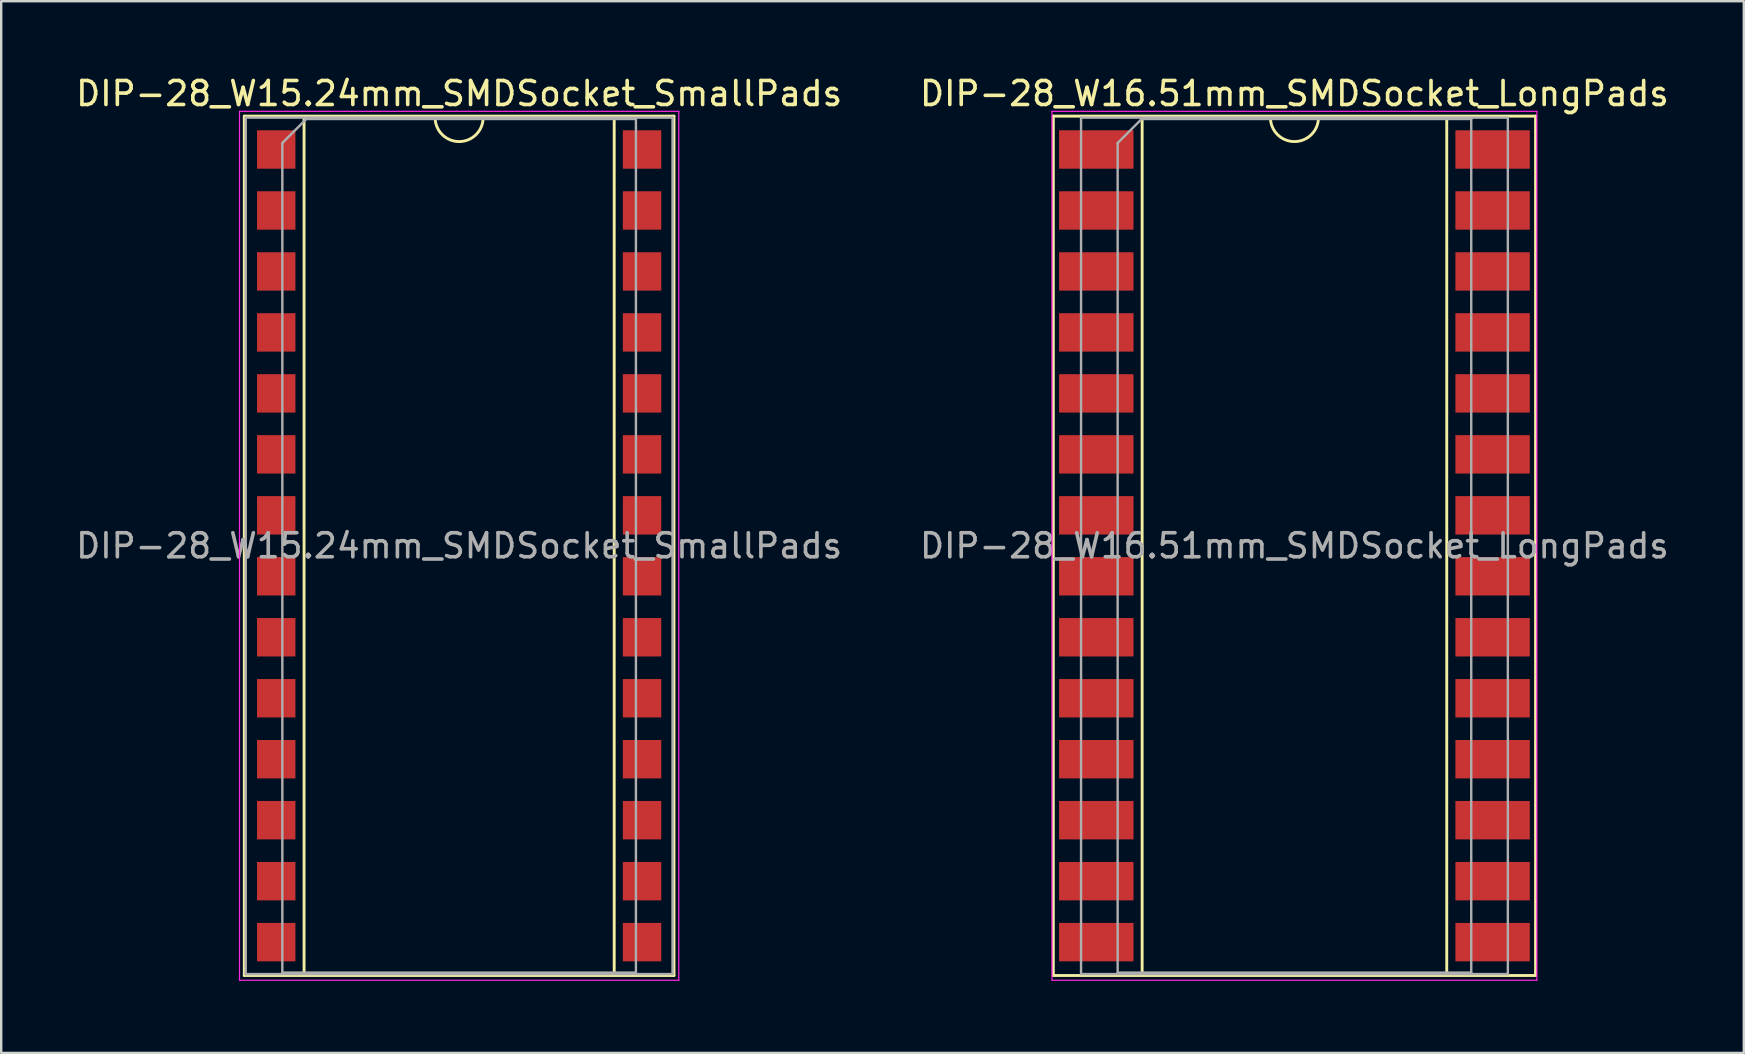
<source format=kicad_pcb>
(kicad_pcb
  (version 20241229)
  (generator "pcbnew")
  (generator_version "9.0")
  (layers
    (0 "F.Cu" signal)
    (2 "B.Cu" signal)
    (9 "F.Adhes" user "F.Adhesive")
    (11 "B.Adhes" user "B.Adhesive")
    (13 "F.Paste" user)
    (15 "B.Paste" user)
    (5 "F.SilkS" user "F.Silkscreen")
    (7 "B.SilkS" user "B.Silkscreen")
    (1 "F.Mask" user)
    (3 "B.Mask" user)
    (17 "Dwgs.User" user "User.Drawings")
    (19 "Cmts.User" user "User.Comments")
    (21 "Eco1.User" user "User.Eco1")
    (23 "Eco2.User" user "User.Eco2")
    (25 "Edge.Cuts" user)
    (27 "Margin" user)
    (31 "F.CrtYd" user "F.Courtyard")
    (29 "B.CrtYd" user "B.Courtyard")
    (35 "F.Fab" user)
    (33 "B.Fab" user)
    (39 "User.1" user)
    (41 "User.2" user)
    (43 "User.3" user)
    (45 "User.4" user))
  (footprint "DIP-28_W16.51mm_SMDSocket_LongPads"
    (layer "F.Cu")
    (at 50.875 19.688)
    (property "Reference" "DIP-28_W16.51mm_SMDSocket_LongPads" (at 0 -18.84 0) (layer "F.SilkS") (effects (font (size 1 1) (thickness 0.15))))
    (attr smd)
    (fp_line (start -10.045 -17.9) (end -10.045 17.9) (stroke (width 0.12) (type solid)) (layer "F.SilkS"))
    (fp_line (start -10.045 17.9) (end 10.045 17.9) (stroke (width 0.12) (type solid)) (layer "F.SilkS"))
    (fp_line (start -6.345 -17.84) (end -6.345 17.84) (stroke (width 0.12) (type solid)) (layer "F.SilkS"))
    (fp_line (start -6.345 17.84) (end 6.345 17.84) (stroke (width 0.12) (type solid)) (layer "F.SilkS"))
    (fp_line (start -1 -17.84) (end -6.345 -17.84) (stroke (width 0.12) (type solid)) (layer "F.SilkS"))
    (fp_line (start 6.345 -17.84) (end 1 -17.84) (stroke (width 0.12) (type solid)) (layer "F.SilkS"))
    (fp_line (start 6.345 17.84) (end 6.345 -17.84) (stroke (width 0.12) (type solid)) (layer "F.SilkS"))
    (fp_line (start 10.045 -17.9) (end -10.045 -17.9) (stroke (width 0.12) (type solid)) (layer "F.SilkS"))
    (fp_line (start 10.045 17.9) (end 10.045 -17.9) (stroke (width 0.12) (type solid)) (layer "F.SilkS"))
    (fp_arc (start 1 -17.84) (mid 0 -16.84) (end -1 -17.84) (stroke (width 0.12) (type solid)) (layer "F.SilkS"))
    (fp_line (start -10.1 -18.1) (end -10.1 18.1) (stroke (width 0.05) (type solid)) (layer "F.CrtYd"))
    (fp_line (start -10.1 18.1) (end 10.1 18.1) (stroke (width 0.05) (type solid)) (layer "F.CrtYd"))
    (fp_line (start 10.1 -18.1) (end -10.1 -18.1) (stroke (width 0.05) (type solid)) (layer "F.CrtYd"))
    (fp_line (start 10.1 18.1) (end 10.1 -18.1) (stroke (width 0.05) (type solid)) (layer "F.CrtYd"))
    (fp_line (start -8.89 -17.84) (end -8.89 17.84) (stroke (width 0.1) (type solid)) (layer "F.Fab"))
    (fp_line (start -8.89 17.84) (end 8.89 17.84) (stroke (width 0.1) (type solid)) (layer "F.Fab"))
    (fp_line (start -7.365 -16.78) (end -6.365 -17.78) (stroke (width 0.1) (type solid)) (layer "F.Fab"))
    (fp_line (start -7.365 17.78) (end -7.365 -16.78) (stroke (width 0.1) (type solid)) (layer "F.Fab"))
    (fp_line (start -6.365 -17.78) (end 7.365 -17.78) (stroke (width 0.1) (type solid)) (layer "F.Fab"))
    (fp_line (start 7.365 -17.78) (end 7.365 17.78) (stroke (width 0.1) (type solid)) (layer "F.Fab"))
    (fp_line (start 7.365 17.78) (end -7.365 17.78) (stroke (width 0.1) (type solid)) (layer "F.Fab"))
    (fp_line (start 8.89 -17.84) (end -8.89 -17.84) (stroke (width 0.1) (type solid)) (layer "F.Fab"))
    (fp_line (start 8.89 17.84) (end 8.89 -17.84) (stroke (width 0.1) (type solid)) (layer "F.Fab"))
    (fp_text user "${REFERENCE}" (at 0 0 0) (layer "F.Fab") (effects (font (size 1 1) (thickness 0.15))))
    (pad "1" smd rect (at -8.255 -16.51) (size 3.1 1.6) (layers "F.Cu" "F.Mask" "F.Paste"))
    (pad "2" smd rect (at -8.255 -13.97) (size 3.1 1.6) (layers "F.Cu" "F.Mask" "F.Paste"))
    (pad "3" smd rect (at -8.255 -11.43) (size 3.1 1.6) (layers "F.Cu" "F.Mask" "F.Paste"))
    (pad "4" smd rect (at -8.255 -8.89) (size 3.1 1.6) (layers "F.Cu" "F.Mask" "F.Paste"))
    (pad "5" smd rect (at -8.255 -6.35) (size 3.1 1.6) (layers "F.Cu" "F.Mask" "F.Paste"))
    (pad "6" smd rect (at -8.255 -3.81) (size 3.1 1.6) (layers "F.Cu" "F.Mask" "F.Paste"))
    (pad "7" smd rect (at -8.255 -1.27) (size 3.1 1.6) (layers "F.Cu" "F.Mask" "F.Paste"))
    (pad "8" smd rect (at -8.255 1.27) (size 3.1 1.6) (layers "F.Cu" "F.Mask" "F.Paste"))
    (pad "9" smd rect (at -8.255 3.81) (size 3.1 1.6) (layers "F.Cu" "F.Mask" "F.Paste"))
    (pad "10" smd rect (at -8.255 6.35) (size 3.1 1.6) (layers "F.Cu" "F.Mask" "F.Paste"))
    (pad "11" smd rect (at -8.255 8.89) (size 3.1 1.6) (layers "F.Cu" "F.Mask" "F.Paste"))
    (pad "12" smd rect (at -8.255 11.43) (size 3.1 1.6) (layers "F.Cu" "F.Mask" "F.Paste"))
    (pad "13" smd rect (at -8.255 13.97) (size 3.1 1.6) (layers "F.Cu" "F.Mask" "F.Paste"))
    (pad "14" smd rect (at -8.255 16.51) (size 3.1 1.6) (layers "F.Cu" "F.Mask" "F.Paste"))
    (pad "15" smd rect (at 8.255 16.51) (size 3.1 1.6) (layers "F.Cu" "F.Mask" "F.Paste"))
    (pad "16" smd rect (at 8.255 13.97) (size 3.1 1.6) (layers "F.Cu" "F.Mask" "F.Paste"))
    (pad "17" smd rect (at 8.255 11.43) (size 3.1 1.6) (layers "F.Cu" "F.Mask" "F.Paste"))
    (pad "18" smd rect (at 8.255 8.89) (size 3.1 1.6) (layers "F.Cu" "F.Mask" "F.Paste"))
    (pad "19" smd rect (at 8.255 6.35) (size 3.1 1.6) (layers "F.Cu" "F.Mask" "F.Paste"))
    (pad "20" smd rect (at 8.255 3.81) (size 3.1 1.6) (layers "F.Cu" "F.Mask" "F.Paste"))
    (pad "21" smd rect (at 8.255 1.27) (size 3.1 1.6) (layers "F.Cu" "F.Mask" "F.Paste"))
    (pad "22" smd rect (at 8.255 -1.27) (size 3.1 1.6) (layers "F.Cu" "F.Mask" "F.Paste"))
    (pad "23" smd rect (at 8.255 -3.81) (size 3.1 1.6) (layers "F.Cu" "F.Mask" "F.Paste"))
    (pad "24" smd rect (at 8.255 -6.35) (size 3.1 1.6) (layers "F.Cu" "F.Mask" "F.Paste"))
    (pad "25" smd rect (at 8.255 -8.89) (size 3.1 1.6) (layers "F.Cu" "F.Mask" "F.Paste"))
    (pad "26" smd rect (at 8.255 -11.43) (size 3.1 1.6) (layers "F.Cu" "F.Mask" "F.Paste"))
    (pad "27" smd rect (at 8.255 -13.97) (size 3.1 1.6) (layers "F.Cu" "F.Mask" "F.Paste"))
    (pad "28" smd rect (at 8.255 -16.51) (size 3.1 1.6) (layers "F.Cu" "F.Mask" "F.Paste")))
  (footprint "DIP-28_W15.24mm_SMDSocket_SmallPads"
    (layer "F.Cu")
    (at 16.077 19.688)
    (property "Reference" "DIP-28_W15.24mm_SMDSocket_SmallPads" (at 0 -18.84 0) (layer "F.SilkS") (effects (font (size 1 1) (thickness 0.15))))
    (attr smd)
    (fp_line (start -8.95 -17.9) (end -8.95 17.9) (stroke (width 0.12) (type solid)) (layer "F.SilkS"))
    (fp_line (start -8.95 17.9) (end 8.95 17.9) (stroke (width 0.12) (type solid)) (layer "F.SilkS"))
    (fp_line (start -6.46 -17.84) (end -6.46 17.84) (stroke (width 0.12) (type solid)) (layer "F.SilkS"))
    (fp_line (start -6.46 17.84) (end 6.46 17.84) (stroke (width 0.12) (type solid)) (layer "F.SilkS"))
    (fp_line (start -1 -17.84) (end -6.46 -17.84) (stroke (width 0.12) (type solid)) (layer "F.SilkS"))
    (fp_line (start 6.46 -17.84) (end 1 -17.84) (stroke (width 0.12) (type solid)) (layer "F.SilkS"))
    (fp_line (start 6.46 17.84) (end 6.46 -17.84) (stroke (width 0.12) (type solid)) (layer "F.SilkS"))
    (fp_line (start 8.95 -17.9) (end -8.95 -17.9) (stroke (width 0.12) (type solid)) (layer "F.SilkS"))
    (fp_line (start 8.95 17.9) (end 8.95 -17.9) (stroke (width 0.12) (type solid)) (layer "F.SilkS"))
    (fp_arc (start 1 -17.84) (mid 0 -16.84) (end -1 -17.84) (stroke (width 0.12) (type solid)) (layer "F.SilkS"))
    (fp_line (start -9.15 -18.1) (end -9.15 18.1) (stroke (width 0.05) (type solid)) (layer "F.CrtYd"))
    (fp_line (start -9.15 18.1) (end 9.15 18.1) (stroke (width 0.05) (type solid)) (layer "F.CrtYd"))
    (fp_line (start 9.15 -18.1) (end -9.15 -18.1) (stroke (width 0.05) (type solid)) (layer "F.CrtYd"))
    (fp_line (start 9.15 18.1) (end 9.15 -18.1) (stroke (width 0.05) (type solid)) (layer "F.CrtYd"))
    (fp_line (start -8.89 -17.84) (end -8.89 17.84) (stroke (width 0.1) (type solid)) (layer "F.Fab"))
    (fp_line (start -8.89 17.84) (end 8.89 17.84) (stroke (width 0.1) (type solid)) (layer "F.Fab"))
    (fp_line (start -7.365 -16.78) (end -6.365 -17.78) (stroke (width 0.1) (type solid)) (layer "F.Fab"))
    (fp_line (start -7.365 17.78) (end -7.365 -16.78) (stroke (width 0.1) (type solid)) (layer "F.Fab"))
    (fp_line (start -6.365 -17.78) (end 7.365 -17.78) (stroke (width 0.1) (type solid)) (layer "F.Fab"))
    (fp_line (start 7.365 -17.78) (end 7.365 17.78) (stroke (width 0.1) (type solid)) (layer "F.Fab"))
    (fp_line (start 7.365 17.78) (end -7.365 17.78) (stroke (width 0.1) (type solid)) (layer "F.Fab"))
    (fp_line (start 8.89 -17.84) (end -8.89 -17.84) (stroke (width 0.1) (type solid)) (layer "F.Fab"))
    (fp_line (start 8.89 17.84) (end 8.89 -17.84) (stroke (width 0.1) (type solid)) (layer "F.Fab"))
    (fp_text user "${REFERENCE}" (at 0 0 0) (layer "F.Fab") (effects (font (size 1 1) (thickness 0.15))))
    (pad "1" smd rect (at -7.62 -16.51) (size 1.6 1.6) (layers "F.Cu" "F.Mask" "F.Paste"))
    (pad "2" smd rect (at -7.62 -13.97) (size 1.6 1.6) (layers "F.Cu" "F.Mask" "F.Paste"))
    (pad "3" smd rect (at -7.62 -11.43) (size 1.6 1.6) (layers "F.Cu" "F.Mask" "F.Paste"))
    (pad "4" smd rect (at -7.62 -8.89) (size 1.6 1.6) (layers "F.Cu" "F.Mask" "F.Paste"))
    (pad "5" smd rect (at -7.62 -6.35) (size 1.6 1.6) (layers "F.Cu" "F.Mask" "F.Paste"))
    (pad "6" smd rect (at -7.62 -3.81) (size 1.6 1.6) (layers "F.Cu" "F.Mask" "F.Paste"))
    (pad "7" smd rect (at -7.62 -1.27) (size 1.6 1.6) (layers "F.Cu" "F.Mask" "F.Paste"))
    (pad "8" smd rect (at -7.62 1.27) (size 1.6 1.6) (layers "F.Cu" "F.Mask" "F.Paste"))
    (pad "9" smd rect (at -7.62 3.81) (size 1.6 1.6) (layers "F.Cu" "F.Mask" "F.Paste"))
    (pad "10" smd rect (at -7.62 6.35) (size 1.6 1.6) (layers "F.Cu" "F.Mask" "F.Paste"))
    (pad "11" smd rect (at -7.62 8.89) (size 1.6 1.6) (layers "F.Cu" "F.Mask" "F.Paste"))
    (pad "12" smd rect (at -7.62 11.43) (size 1.6 1.6) (layers "F.Cu" "F.Mask" "F.Paste"))
    (pad "13" smd rect (at -7.62 13.97) (size 1.6 1.6) (layers "F.Cu" "F.Mask" "F.Paste"))
    (pad "14" smd rect (at -7.62 16.51) (size 1.6 1.6) (layers "F.Cu" "F.Mask" "F.Paste"))
    (pad "15" smd rect (at 7.62 16.51) (size 1.6 1.6) (layers "F.Cu" "F.Mask" "F.Paste"))
    (pad "16" smd rect (at 7.62 13.97) (size 1.6 1.6) (layers "F.Cu" "F.Mask" "F.Paste"))
    (pad "17" smd rect (at 7.62 11.43) (size 1.6 1.6) (layers "F.Cu" "F.Mask" "F.Paste"))
    (pad "18" smd rect (at 7.62 8.89) (size 1.6 1.6) (layers "F.Cu" "F.Mask" "F.Paste"))
    (pad "19" smd rect (at 7.62 6.35) (size 1.6 1.6) (layers "F.Cu" "F.Mask" "F.Paste"))
    (pad "20" smd rect (at 7.62 3.81) (size 1.6 1.6) (layers "F.Cu" "F.Mask" "F.Paste"))
    (pad "21" smd rect (at 7.62 1.27) (size 1.6 1.6) (layers "F.Cu" "F.Mask" "F.Paste"))
    (pad "22" smd rect (at 7.62 -1.27) (size 1.6 1.6) (layers "F.Cu" "F.Mask" "F.Paste"))
    (pad "23" smd rect (at 7.62 -3.81) (size 1.6 1.6) (layers "F.Cu" "F.Mask" "F.Paste"))
    (pad "24" smd rect (at 7.62 -6.35) (size 1.6 1.6) (layers "F.Cu" "F.Mask" "F.Paste"))
    (pad "25" smd rect (at 7.62 -8.89) (size 1.6 1.6) (layers "F.Cu" "F.Mask" "F.Paste"))
    (pad "26" smd rect (at 7.62 -11.43) (size 1.6 1.6) (layers "F.Cu" "F.Mask" "F.Paste"))
    (pad "27" smd rect (at 7.62 -13.97) (size 1.6 1.6) (layers "F.Cu" "F.Mask" "F.Paste"))
    (pad "28" smd rect (at 7.62 -16.51) (size 1.6 1.6) (layers "F.Cu" "F.Mask" "F.Paste")))
  (gr_rect
    (start -3 -3)
    (end 69.595 40.813)
    (stroke (width 0.1) (type default))
    (fill no)
    (layer "Edge.Cuts")))
</source>
